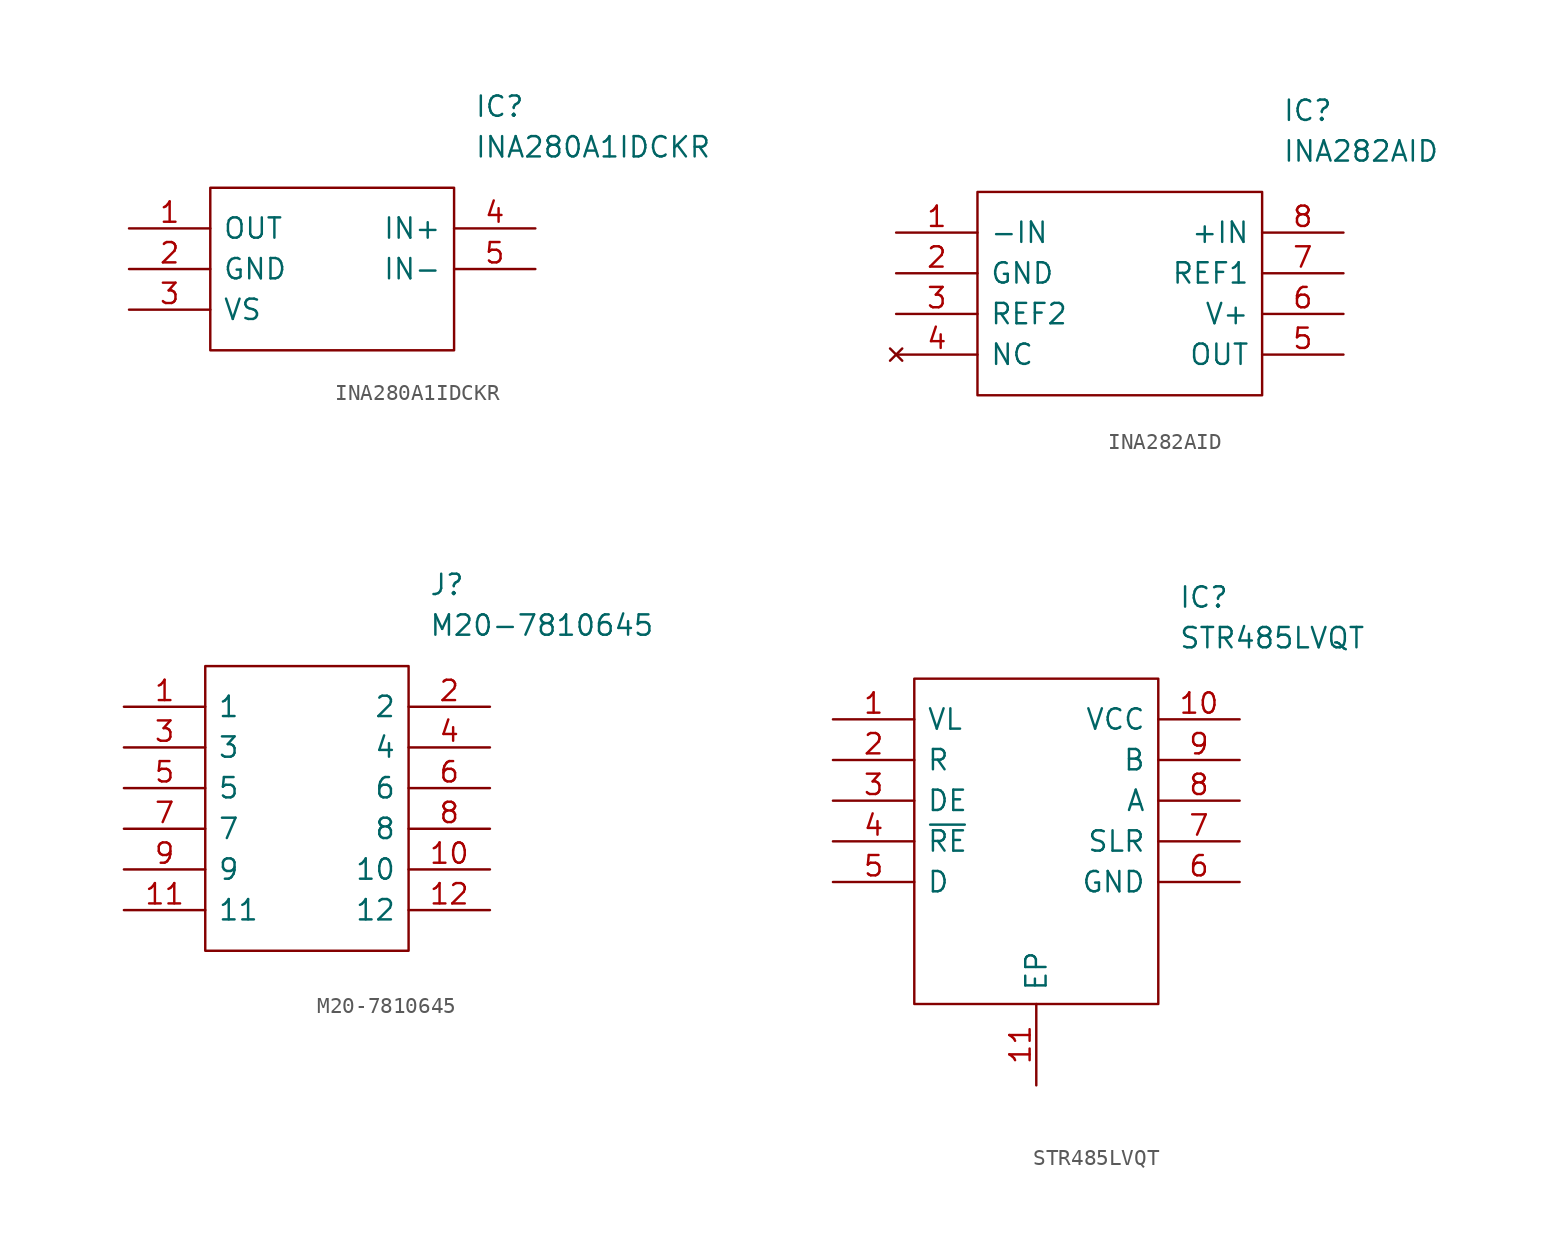
<source format=kicad_sym>
(kicad_symbol_lib
  (version 20211014)
  (generator kicad_symbol_editor)
  (symbol "INA280A1IDCKR"
    (pin_names
      (offset 0.762))
    (property "Reference" "IC"
      (at 21.59 7.62 0)
      (effects (font (size 1.27 1.27)) (justify left)))
    (property "Value" "INA280A1IDCKR"
      (at 21.59 5.08 0)
      (effects (font (size 1.27 1.27)) (justify left)))
    (symbol "INA280A1IDCKR_0_0"
      (pin passive line (at 0 0 0) (length 5.08) (name "OUT" (effects (font (size 1.27 1.27)))) (number "1" (effects (font (size 1.27 1.27)))))
      (pin passive line (at 0 -2.54 0) (length 5.08) (name "GND" (effects (font (size 1.27 1.27)))) (number "2" (effects (font (size 1.27 1.27)))))
      (pin passive line (at 0 -5.08 0) (length 5.08) (name "VS" (effects (font (size 1.27 1.27)))) (number "3" (effects (font (size 1.27 1.27)))))
      (pin passive line (at 25.4 0 180) (length 5.08) (name "IN+" (effects (font (size 1.27 1.27)))) (number "4" (effects (font (size 1.27 1.27)))))
      (pin passive line (at 25.4 -2.54 180) (length 5.08) (name "IN-" (effects (font (size 1.27 1.27)))) (number "5" (effects (font (size 1.27 1.27))))))
    (symbol "INA280A1IDCKR_0_1"
      (polyline (pts (xy 5.08 2.54) (xy 20.32 2.54) (xy 20.32 -7.62) (xy 5.08 -7.62) (xy 5.08 2.54)) (stroke (width 0.152) (type default) (color 0 0 0 0)) (fill (type none)))))
  (symbol "INA282AID"
    (pin_names
      (offset 0.762))
    (property "Reference" "IC"
      (at 24.13 7.62 0)
      (effects (font (size 1.27 1.27)) (justify left)))
    (property "Value" "INA282AID"
      (at 24.13 5.08 0)
      (effects (font (size 1.27 1.27)) (justify left)))
    (symbol "INA282AID_0_0"
      (pin passive line (at 0 0 0) (length 5.08) (name "-IN" (effects (font (size 1.27 1.27)))) (number "1" (effects (font (size 1.27 1.27)))))
      (pin passive line (at 0 -2.54 0) (length 5.08) (name "GND" (effects (font (size 1.27 1.27)))) (number "2" (effects (font (size 1.27 1.27)))))
      (pin passive line (at 0 -5.08 0) (length 5.08) (name "REF2" (effects (font (size 1.27 1.27)))) (number "3" (effects (font (size 1.27 1.27)))))
      (pin no_connect line (at 0 -7.62 0) (length 5.08) (name "NC" (effects (font (size 1.27 1.27)))) (number "4" (effects (font (size 1.27 1.27)))))
      (pin passive line (at 27.94 -7.62 180) (length 5.08) (name "OUT" (effects (font (size 1.27 1.27)))) (number "5" (effects (font (size 1.27 1.27)))))
      (pin passive line (at 27.94 -5.08 180) (length 5.08) (name "V+" (effects (font (size 1.27 1.27)))) (number "6" (effects (font (size 1.27 1.27)))))
      (pin passive line (at 27.94 -2.54 180) (length 5.08) (name "REF1" (effects (font (size 1.27 1.27)))) (number "7" (effects (font (size 1.27 1.27)))))
      (pin passive line (at 27.94 0 180) (length 5.08) (name "+IN" (effects (font (size 1.27 1.27)))) (number "8" (effects (font (size 1.27 1.27))))))
    (symbol "INA282AID_0_1"
      (polyline (pts (xy 5.08 2.54) (xy 22.86 2.54) (xy 22.86 -10.16) (xy 5.08 -10.16) (xy 5.08 2.54)) (stroke (width 0.152) (type default) (color 0 0 0 0)) (fill (type none)))))
  (symbol "M20-7810645"
    (pin_names
      (offset 0.762))
    (property "Reference" "J"
      (at 19.05 7.62 0)
      (effects (font (size 1.27 1.27)) (justify left)))
    (property "Value" "M20-7810645"
      (at 19.05 5.08 0)
      (effects (font (size 1.27 1.27)) (justify left)))
    (symbol "M20-7810645_0_0"
      (pin passive line (at 0 0 0) (length 5.08) (name "1" (effects (font (size 1.27 1.27)))) (number "1" (effects (font (size 1.27 1.27)))))
      (pin passive line (at 22.86 -10.16 180) (length 5.08) (name "10" (effects (font (size 1.27 1.27)))) (number "10" (effects (font (size 1.27 1.27)))))
      (pin passive line (at 0 -12.7 0) (length 5.08) (name "11" (effects (font (size 1.27 1.27)))) (number "11" (effects (font (size 1.27 1.27)))))
      (pin passive line (at 22.86 -12.7 180) (length 5.08) (name "12" (effects (font (size 1.27 1.27)))) (number "12" (effects (font (size 1.27 1.27)))))
      (pin passive line (at 22.86 0 180) (length 5.08) (name "2" (effects (font (size 1.27 1.27)))) (number "2" (effects (font (size 1.27 1.27)))))
      (pin passive line (at 0 -2.54 0) (length 5.08) (name "3" (effects (font (size 1.27 1.27)))) (number "3" (effects (font (size 1.27 1.27)))))
      (pin passive line (at 22.86 -2.54 180) (length 5.08) (name "4" (effects (font (size 1.27 1.27)))) (number "4" (effects (font (size 1.27 1.27)))))
      (pin passive line (at 0 -5.08 0) (length 5.08) (name "5" (effects (font (size 1.27 1.27)))) (number "5" (effects (font (size 1.27 1.27)))))
      (pin passive line (at 22.86 -5.08 180) (length 5.08) (name "6" (effects (font (size 1.27 1.27)))) (number "6" (effects (font (size 1.27 1.27)))))
      (pin passive line (at 0 -7.62 0) (length 5.08) (name "7" (effects (font (size 1.27 1.27)))) (number "7" (effects (font (size 1.27 1.27)))))
      (pin passive line (at 22.86 -7.62 180) (length 5.08) (name "8" (effects (font (size 1.27 1.27)))) (number "8" (effects (font (size 1.27 1.27)))))
      (pin passive line (at 0 -10.16 0) (length 5.08) (name "9" (effects (font (size 1.27 1.27)))) (number "9" (effects (font (size 1.27 1.27))))))
    (symbol "M20-7810645_0_1"
      (polyline (pts (xy 5.08 2.54) (xy 17.78 2.54) (xy 17.78 -15.24) (xy 5.08 -15.24) (xy 5.08 2.54)) (stroke (width 0.152) (type default) (color 0 0 0 0)) (fill (type none)))))
  (symbol "STR485LVQT"
    (pin_names
      (offset 0.762))
    (property "Reference" "IC"
      (at 21.59 7.62 0)
      (effects (font (size 1.27 1.27)) (justify left)))
    (property "Value" "STR485LVQT"
      (at 21.59 5.08 0)
      (effects (font (size 1.27 1.27)) (justify left)))
    (symbol "STR485LVQT_0_0"
      (pin passive line (at 0 0 0) (length 5.08) (name "VL" (effects (font (size 1.27 1.27)))) (number "1" (effects (font (size 1.27 1.27)))))
      (pin passive line (at 25.4 0 180) (length 5.08) (name "VCC" (effects (font (size 1.27 1.27)))) (number "10" (effects (font (size 1.27 1.27)))))
      (pin passive line (at 12.7 -22.86 90) (length 5.08) (name "EP" (effects (font (size 1.27 1.27)))) (number "11" (effects (font (size 1.27 1.27)))))
      (pin passive line (at 0 -2.54 0) (length 5.08) (name "R" (effects (font (size 1.27 1.27)))) (number "2" (effects (font (size 1.27 1.27)))))
      (pin passive line (at 0 -5.08 0) (length 5.08) (name "DE" (effects (font (size 1.27 1.27)))) (number "3" (effects (font (size 1.27 1.27)))))
      (pin passive line (at 0 -7.62 0) (length 5.08) (name "~{RE}" (effects (font (size 1.27 1.27)))) (number "4" (effects (font (size 1.27 1.27)))))
      (pin passive line (at 0 -10.16 0) (length 5.08) (name "D" (effects (font (size 1.27 1.27)))) (number "5" (effects (font (size 1.27 1.27)))))
      (pin passive line (at 25.4 -10.16 180) (length 5.08) (name "GND" (effects (font (size 1.27 1.27)))) (number "6" (effects (font (size 1.27 1.27)))))
      (pin passive line (at 25.4 -7.62 180) (length 5.08) (name "SLR" (effects (font (size 1.27 1.27)))) (number "7" (effects (font (size 1.27 1.27)))))
      (pin passive line (at 25.4 -5.08 180) (length 5.08) (name "A" (effects (font (size 1.27 1.27)))) (number "8" (effects (font (size 1.27 1.27)))))
      (pin passive line (at 25.4 -2.54 180) (length 5.08) (name "B" (effects (font (size 1.27 1.27)))) (number "9" (effects (font (size 1.27 1.27))))))
    (symbol "STR485LVQT_0_1"
      (polyline (pts (xy 5.08 2.54) (xy 20.32 2.54) (xy 20.32 -17.78) (xy 5.08 -17.78) (xy 5.08 2.54)) (stroke (width 0.152) (type default) (color 0 0 0 0)) (fill (type none))))))
</source>
